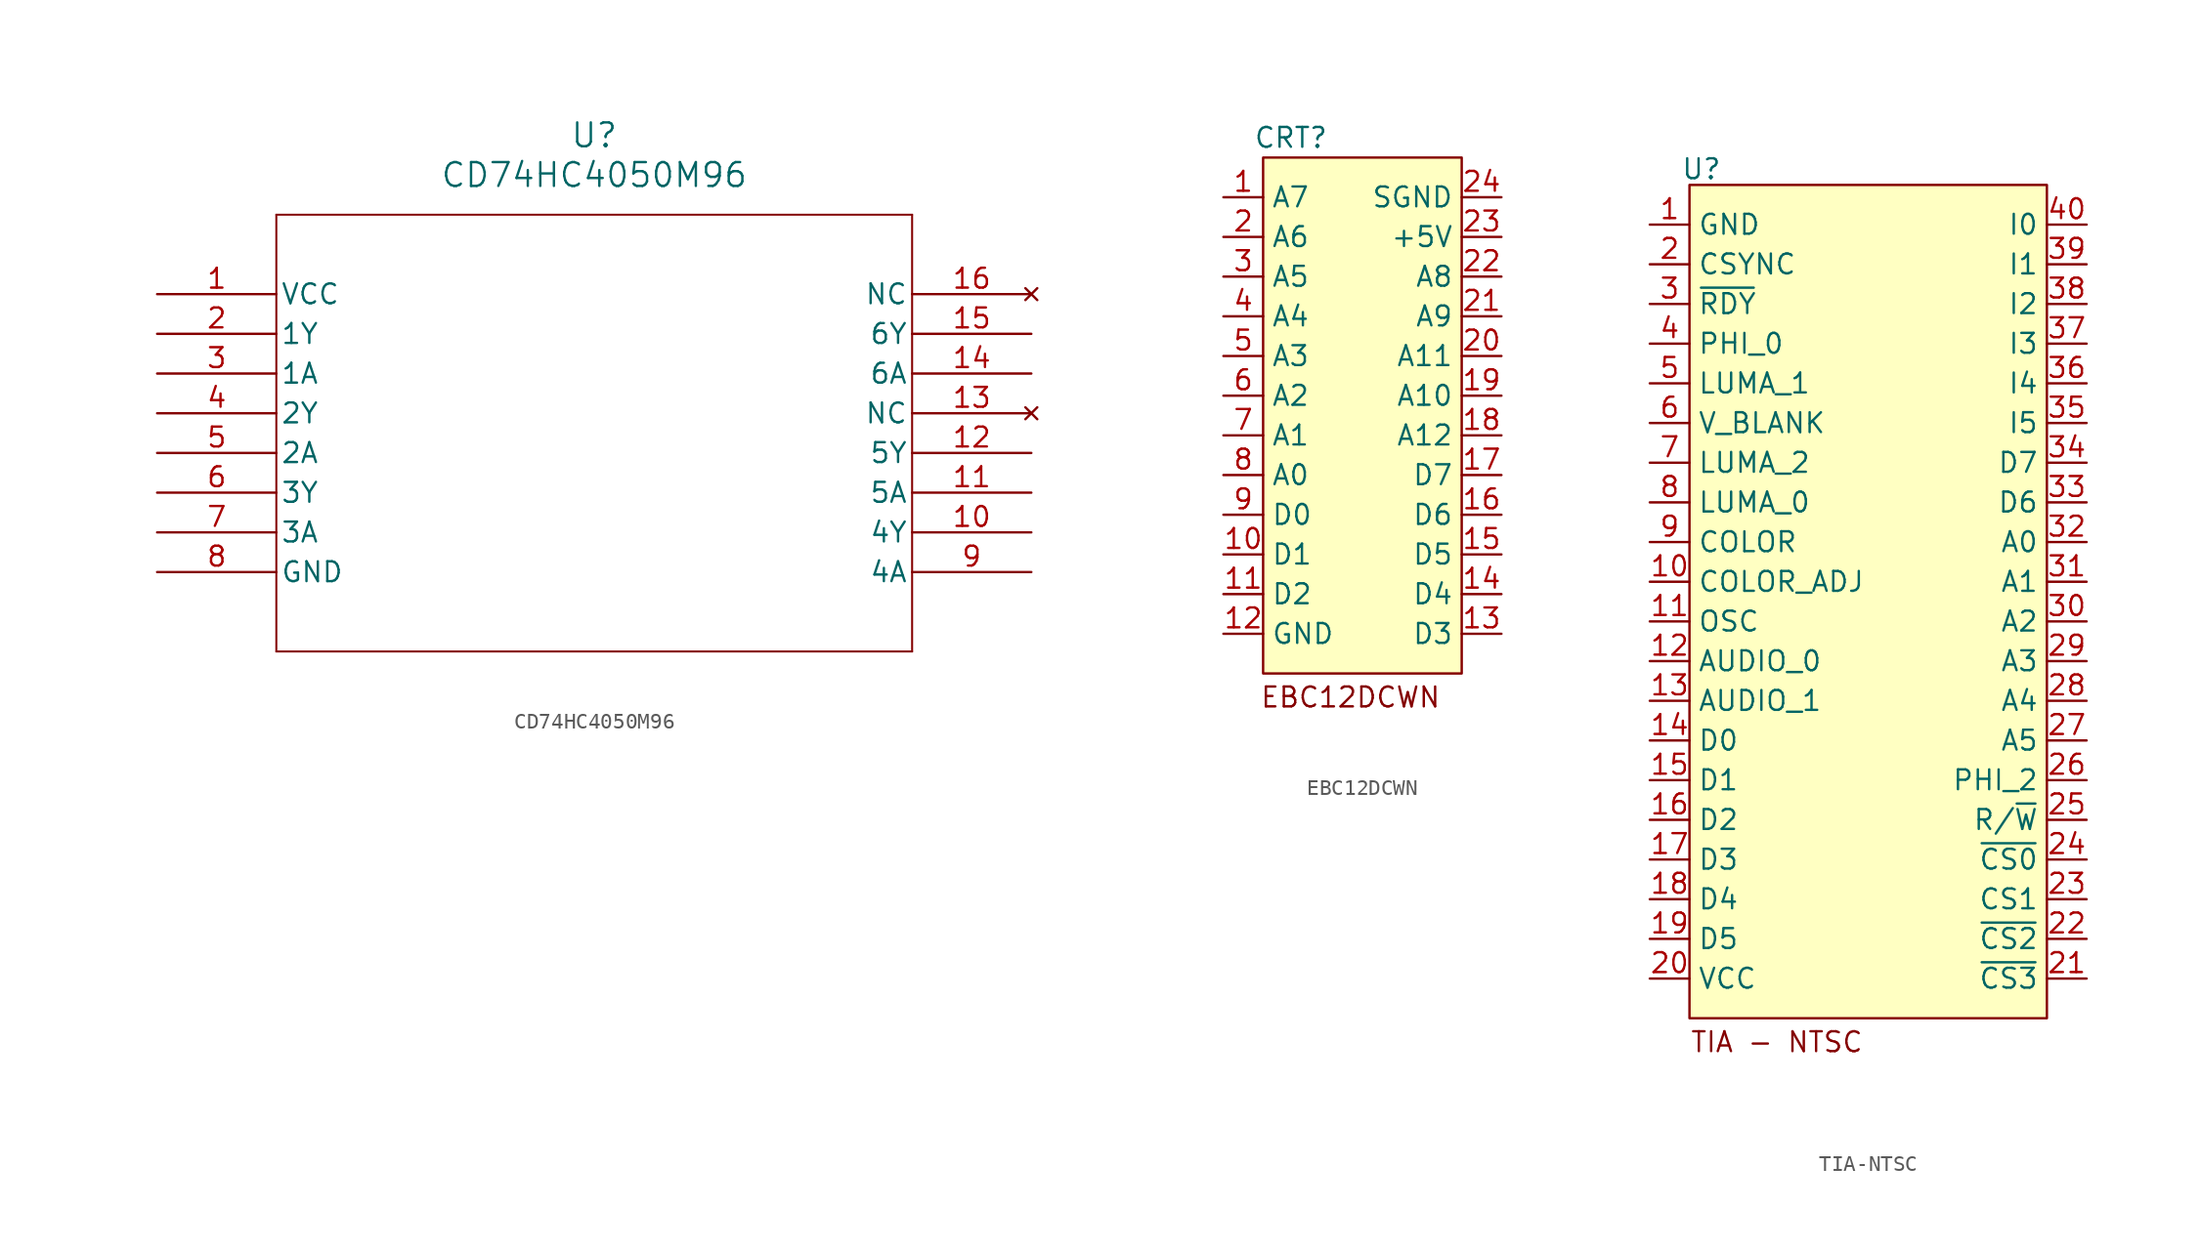
<source format=kicad_sym>
(kicad_symbol_lib
  (version 20231120)
  (generator "kicad_symbol_editor")
  (generator_version "8.0")
  (symbol "CD74HC4050M96"
    (pin_names
      (offset 0.254))
    (property "Reference" "U"
      (at 27.94 10.16 0)
      (effects (font (size 1.524 1.524))))
    (property "Value" "CD74HC4050M96"
      (at 27.94 7.62 0)
      (effects (font (size 1.524 1.524))))
    (property "ki_locked" ""
      (at 0 0 0)
      (effects (font (size 1.27 1.27))))
    (symbol "CD74HC4050M96_0_1"
      (polyline (pts (xy 7.62 -22.86) (xy 48.26 -22.86)) (stroke (width 0.127) (type default)) (fill (type none)))
      (polyline (pts (xy 7.62 5.08) (xy 7.62 -22.86)) (stroke (width 0.127) (type default)) (fill (type none)))
      (polyline (pts (xy 48.26 -22.86) (xy 48.26 5.08)) (stroke (width 0.127) (type default)) (fill (type none)))
      (polyline (pts (xy 48.26 5.08) (xy 7.62 5.08)) (stroke (width 0.127) (type default)) (fill (type none)))
      (pin power_in line (at 0 0 0) (length 7.62) (name "VCC" (effects (font (size 1.27 1.27)))) (number "1" (effects (font (size 1.27 1.27)))))
      (pin output line (at 55.88 -15.24 180) (length 7.62) (name "4Y" (effects (font (size 1.27 1.27)))) (number "10" (effects (font (size 1.27 1.27)))))
      (pin input line (at 55.88 -12.7 180) (length 7.62) (name "5A" (effects (font (size 1.27 1.27)))) (number "11" (effects (font (size 1.27 1.27)))))
      (pin output line (at 55.88 -10.16 180) (length 7.62) (name "5Y" (effects (font (size 1.27 1.27)))) (number "12" (effects (font (size 1.27 1.27)))))
      (pin no_connect line (at 55.88 -7.62 180) (length 7.62) (name "NC" (effects (font (size 1.27 1.27)))) (number "13" (effects (font (size 1.27 1.27)))))
      (pin input line (at 55.88 -5.08 180) (length 7.62) (name "6A" (effects (font (size 1.27 1.27)))) (number "14" (effects (font (size 1.27 1.27)))))
      (pin output line (at 55.88 -2.54 180) (length 7.62) (name "6Y" (effects (font (size 1.27 1.27)))) (number "15" (effects (font (size 1.27 1.27)))))
      (pin no_connect line (at 55.88 0 180) (length 7.62) (name "NC" (effects (font (size 1.27 1.27)))) (number "16" (effects (font (size 1.27 1.27)))))
      (pin output line (at 0 -2.54 0) (length 7.62) (name "1Y" (effects (font (size 1.27 1.27)))) (number "2" (effects (font (size 1.27 1.27)))))
      (pin input line (at 0 -5.08 0) (length 7.62) (name "1A" (effects (font (size 1.27 1.27)))) (number "3" (effects (font (size 1.27 1.27)))))
      (pin output line (at 0 -7.62 0) (length 7.62) (name "2Y" (effects (font (size 1.27 1.27)))) (number "4" (effects (font (size 1.27 1.27)))))
      (pin input line (at 0 -10.16 0) (length 7.62) (name "2A" (effects (font (size 1.27 1.27)))) (number "5" (effects (font (size 1.27 1.27)))))
      (pin output line (at 0 -12.7 0) (length 7.62) (name "3Y" (effects (font (size 1.27 1.27)))) (number "6" (effects (font (size 1.27 1.27)))))
      (pin input line (at 0 -15.24 0) (length 7.62) (name "3A" (effects (font (size 1.27 1.27)))) (number "7" (effects (font (size 1.27 1.27)))))
      (pin power_in line (at 0 -17.78 0) (length 7.62) (name "GND" (effects (font (size 1.27 1.27)))) (number "8" (effects (font (size 1.27 1.27)))))
      (pin input line (at 55.88 -17.78 180) (length 7.62) (name "4A" (effects (font (size 1.27 1.27)))) (number "9" (effects (font (size 1.27 1.27)))))))
  (symbol "EBC12DCWN"
    (property "Reference" "CRT"
      (at -0.762 0 0)
      (effects (font (size 1.27 1.27))))
    (property "Value" ""
      (at 0 0 0)
      (effects (font (size 1.27 1.27))))
    (symbol "EBC12DCWN_1_1"
      (rectangle (start -2.54 -1.27) (end 10.16 -34.29) (stroke (width 0) (type default)) (fill (type background)))
      (text "EBC12DCWN" (at 3.048 -35.814 0) (effects (font (size 1.27 1.27))))
      (pin input line (at -5.08 -3.81 0) (length 2.54) (name "A7" (effects (font (size 1.27 1.27)))) (number "1" (effects (font (size 1.27 1.27)))))
      (pin output line (at -5.08 -26.67 0) (length 2.54) (name "D1" (effects (font (size 1.27 1.27)))) (number "10" (effects (font (size 1.27 1.27)))))
      (pin output line (at -5.08 -29.21 0) (length 2.54) (name "D2" (effects (font (size 1.27 1.27)))) (number "11" (effects (font (size 1.27 1.27)))))
      (pin power_in line (at -5.08 -31.75 0) (length 2.54) (name "GND" (effects (font (size 1.27 1.27)))) (number "12" (effects (font (size 1.27 1.27)))))
      (pin output line (at 12.7 -31.75 180) (length 2.54) (name "D3" (effects (font (size 1.27 1.27)))) (number "13" (effects (font (size 1.27 1.27)))))
      (pin output line (at 12.7 -29.21 180) (length 2.54) (name "D4" (effects (font (size 1.27 1.27)))) (number "14" (effects (font (size 1.27 1.27)))))
      (pin output line (at 12.7 -26.67 180) (length 2.54) (name "D5" (effects (font (size 1.27 1.27)))) (number "15" (effects (font (size 1.27 1.27)))))
      (pin output line (at 12.7 -24.13 180) (length 2.54) (name "D6" (effects (font (size 1.27 1.27)))) (number "16" (effects (font (size 1.27 1.27)))))
      (pin output line (at 12.7 -21.59 180) (length 2.54) (name "D7" (effects (font (size 1.27 1.27)))) (number "17" (effects (font (size 1.27 1.27)))))
      (pin input line (at 12.7 -19.05 180) (length 2.54) (name "A12" (effects (font (size 1.27 1.27)))) (number "18" (effects (font (size 1.27 1.27)))))
      (pin input line (at 12.7 -16.51 180) (length 2.54) (name "A10" (effects (font (size 1.27 1.27)))) (number "19" (effects (font (size 1.27 1.27)))))
      (pin input line (at -5.08 -6.35 0) (length 2.54) (name "A6" (effects (font (size 1.27 1.27)))) (number "2" (effects (font (size 1.27 1.27)))))
      (pin input line (at 12.7 -13.97 180) (length 2.54) (name "A11" (effects (font (size 1.27 1.27)))) (number "20" (effects (font (size 1.27 1.27)))))
      (pin input line (at 12.7 -11.43 180) (length 2.54) (name "A9" (effects (font (size 1.27 1.27)))) (number "21" (effects (font (size 1.27 1.27)))))
      (pin input line (at 12.7 -8.89 180) (length 2.54) (name "A8" (effects (font (size 1.27 1.27)))) (number "22" (effects (font (size 1.27 1.27)))))
      (pin power_in line (at 12.7 -6.35 180) (length 2.54) (name "+5V" (effects (font (size 1.27 1.27)))) (number "23" (effects (font (size 1.27 1.27)))))
      (pin power_in line (at 12.7 -3.81 180) (length 2.54) (name "SGND" (effects (font (size 1.27 1.27)))) (number "24" (effects (font (size 1.27 1.27)))))
      (pin input line (at -5.08 -8.89 0) (length 2.54) (name "A5" (effects (font (size 1.27 1.27)))) (number "3" (effects (font (size 1.27 1.27)))))
      (pin input line (at -5.08 -11.43 0) (length 2.54) (name "A4" (effects (font (size 1.27 1.27)))) (number "4" (effects (font (size 1.27 1.27)))))
      (pin input line (at -5.08 -13.97 0) (length 2.54) (name "A3" (effects (font (size 1.27 1.27)))) (number "5" (effects (font (size 1.27 1.27)))))
      (pin input line (at -5.08 -16.51 0) (length 2.54) (name "A2" (effects (font (size 1.27 1.27)))) (number "6" (effects (font (size 1.27 1.27)))))
      (pin input line (at -5.08 -19.05 0) (length 2.54) (name "A1" (effects (font (size 1.27 1.27)))) (number "7" (effects (font (size 1.27 1.27)))))
      (pin input line (at -5.08 -21.59 0) (length 2.54) (name "A0" (effects (font (size 1.27 1.27)))) (number "8" (effects (font (size 1.27 1.27)))))
      (pin output line (at -5.08 -24.13 0) (length 2.54) (name "D0" (effects (font (size 1.27 1.27)))) (number "9" (effects (font (size 1.27 1.27)))))))
  (symbol "TIA-NTSC"
    (property "Reference" "U"
      (at 0.762 1.016 0)
      (effects (font (size 1.27 1.27))))
    (property "Value" ""
      (at 0 0 0)
      (effects (font (size 1.27 1.27))))
    (symbol "TIA-NTSC_1_1"
      (rectangle (start 0 0) (end 22.86 -53.34) (stroke (width 0) (type default)) (fill (type background)))
      (text "TIA - NTSC" (at 5.588 -54.864 0) (effects (font (size 1.27 1.27))))
      (pin power_in line (at -2.54 -2.54 0) (length 2.54) (name "GND" (effects (font (size 1.27 1.27)))) (number "1" (effects (font (size 1.27 1.27)))))
      (pin input line (at -2.54 -25.4 0) (length 2.54) (name "COLOR_ADJ" (effects (font (size 1.27 1.27)))) (number "10" (effects (font (size 1.27 1.27)))))
      (pin input line (at -2.54 -27.94 0) (length 2.54) (name "OSC" (effects (font (size 1.27 1.27)))) (number "11" (effects (font (size 1.27 1.27)))))
      (pin output line (at -2.54 -30.48 0) (length 2.54) (name "AUDIO_0" (effects (font (size 1.27 1.27)))) (number "12" (effects (font (size 1.27 1.27)))))
      (pin output line (at -2.54 -33.02 0) (length 2.54) (name "AUDIO_1" (effects (font (size 1.27 1.27)))) (number "13" (effects (font (size 1.27 1.27)))))
      (pin bidirectional line (at -2.54 -35.56 0) (length 2.54) (name "D0" (effects (font (size 1.27 1.27)))) (number "14" (effects (font (size 1.27 1.27)))))
      (pin bidirectional line (at -2.54 -38.1 0) (length 2.54) (name "D1" (effects (font (size 1.27 1.27)))) (number "15" (effects (font (size 1.27 1.27)))))
      (pin bidirectional line (at -2.54 -40.64 0) (length 2.54) (name "D2" (effects (font (size 1.27 1.27)))) (number "16" (effects (font (size 1.27 1.27)))))
      (pin bidirectional line (at -2.54 -43.18 0) (length 2.54) (name "D3" (effects (font (size 1.27 1.27)))) (number "17" (effects (font (size 1.27 1.27)))))
      (pin bidirectional line (at -2.54 -45.72 0) (length 2.54) (name "D4" (effects (font (size 1.27 1.27)))) (number "18" (effects (font (size 1.27 1.27)))))
      (pin bidirectional line (at -2.54 -48.26 0) (length 2.54) (name "D5" (effects (font (size 1.27 1.27)))) (number "19" (effects (font (size 1.27 1.27)))))
      (pin output line (at -2.54 -5.08 0) (length 2.54) (name "CSYNC" (effects (font (size 1.27 1.27)))) (number "2" (effects (font (size 1.27 1.27)))))
      (pin power_in line (at -2.54 -50.8 0) (length 2.54) (name "VCC" (effects (font (size 1.27 1.27)))) (number "20" (effects (font (size 1.27 1.27)))))
      (pin input line (at 25.4 -50.8 180) (length 2.54) (name "~{CS3}" (effects (font (size 1.27 1.27)))) (number "21" (effects (font (size 1.27 1.27)))))
      (pin input line (at 25.4 -48.26 180) (length 2.54) (name "~{CS2}" (effects (font (size 1.27 1.27)))) (number "22" (effects (font (size 1.27 1.27)))))
      (pin input line (at 25.4 -45.72 180) (length 2.54) (name "CS1" (effects (font (size 1.27 1.27)))) (number "23" (effects (font (size 1.27 1.27)))))
      (pin input line (at 25.4 -43.18 180) (length 2.54) (name "~{CS0}" (effects (font (size 1.27 1.27)))) (number "24" (effects (font (size 1.27 1.27)))))
      (pin input line (at 25.4 -40.64 180) (length 2.54) (name "R/~{W}" (effects (font (size 1.27 1.27)))) (number "25" (effects (font (size 1.27 1.27)))))
      (pin output line (at 25.4 -38.1 180) (length 2.54) (name "PHI_2" (effects (font (size 1.27 1.27)))) (number "26" (effects (font (size 1.27 1.27)))))
      (pin input line (at 25.4 -35.56 180) (length 2.54) (name "A5" (effects (font (size 1.27 1.27)))) (number "27" (effects (font (size 1.27 1.27)))))
      (pin input line (at 25.4 -33.02 180) (length 2.54) (name "A4" (effects (font (size 1.27 1.27)))) (number "28" (effects (font (size 1.27 1.27)))))
      (pin input line (at 25.4 -30.48 180) (length 2.54) (name "A3" (effects (font (size 1.27 1.27)))) (number "29" (effects (font (size 1.27 1.27)))))
      (pin output line (at -2.54 -7.62 0) (length 2.54) (name "~{RDY}" (effects (font (size 1.27 1.27)))) (number "3" (effects (font (size 1.27 1.27)))))
      (pin input line (at 25.4 -27.94 180) (length 2.54) (name "A2" (effects (font (size 1.27 1.27)))) (number "30" (effects (font (size 1.27 1.27)))))
      (pin input line (at 25.4 -25.4 180) (length 2.54) (name "A1" (effects (font (size 1.27 1.27)))) (number "31" (effects (font (size 1.27 1.27)))))
      (pin input line (at 25.4 -22.86 180) (length 2.54) (name "A0" (effects (font (size 1.27 1.27)))) (number "32" (effects (font (size 1.27 1.27)))))
      (pin bidirectional line (at 25.4 -20.32 180) (length 2.54) (name "D6" (effects (font (size 1.27 1.27)))) (number "33" (effects (font (size 1.27 1.27)))))
      (pin bidirectional line (at 25.4 -17.78 180) (length 2.54) (name "D7" (effects (font (size 1.27 1.27)))) (number "34" (effects (font (size 1.27 1.27)))))
      (pin input line (at 25.4 -15.24 180) (length 2.54) (name "I5" (effects (font (size 1.27 1.27)))) (number "35" (effects (font (size 1.27 1.27)))))
      (pin input line (at 25.4 -12.7 180) (length 2.54) (name "I4" (effects (font (size 1.27 1.27)))) (number "36" (effects (font (size 1.27 1.27)))))
      (pin input line (at 25.4 -10.16 180) (length 2.54) (name "I3" (effects (font (size 1.27 1.27)))) (number "37" (effects (font (size 1.27 1.27)))))
      (pin input line (at 25.4 -7.62 180) (length 2.54) (name "I2" (effects (font (size 1.27 1.27)))) (number "38" (effects (font (size 1.27 1.27)))))
      (pin input line (at 25.4 -5.08 180) (length 2.54) (name "I1" (effects (font (size 1.27 1.27)))) (number "39" (effects (font (size 1.27 1.27)))))
      (pin input line (at -2.54 -10.16 0) (length 2.54) (name "PHI_0" (effects (font (size 1.27 1.27)))) (number "4" (effects (font (size 1.27 1.27)))))
      (pin input line (at 25.4 -2.54 180) (length 2.54) (name "I0" (effects (font (size 1.27 1.27)))) (number "40" (effects (font (size 1.27 1.27)))))
      (pin output line (at -2.54 -12.7 0) (length 2.54) (name "LUMA_1" (effects (font (size 1.27 1.27)))) (number "5" (effects (font (size 1.27 1.27)))))
      (pin output line (at -2.54 -15.24 0) (length 2.54) (name "V_BLANK" (effects (font (size 1.27 1.27)))) (number "6" (effects (font (size 1.27 1.27)))))
      (pin output line (at -2.54 -17.78 0) (length 2.54) (name "LUMA_2" (effects (font (size 1.27 1.27)))) (number "7" (effects (font (size 1.27 1.27)))))
      (pin output line (at -2.54 -20.32 0) (length 2.54) (name "LUMA_0" (effects (font (size 1.27 1.27)))) (number "8" (effects (font (size 1.27 1.27)))))
      (pin output line (at -2.54 -22.86 0) (length 2.54) (name "COLOR" (effects (font (size 1.27 1.27)))) (number "9" (effects (font (size 1.27 1.27))))))))
</source>
